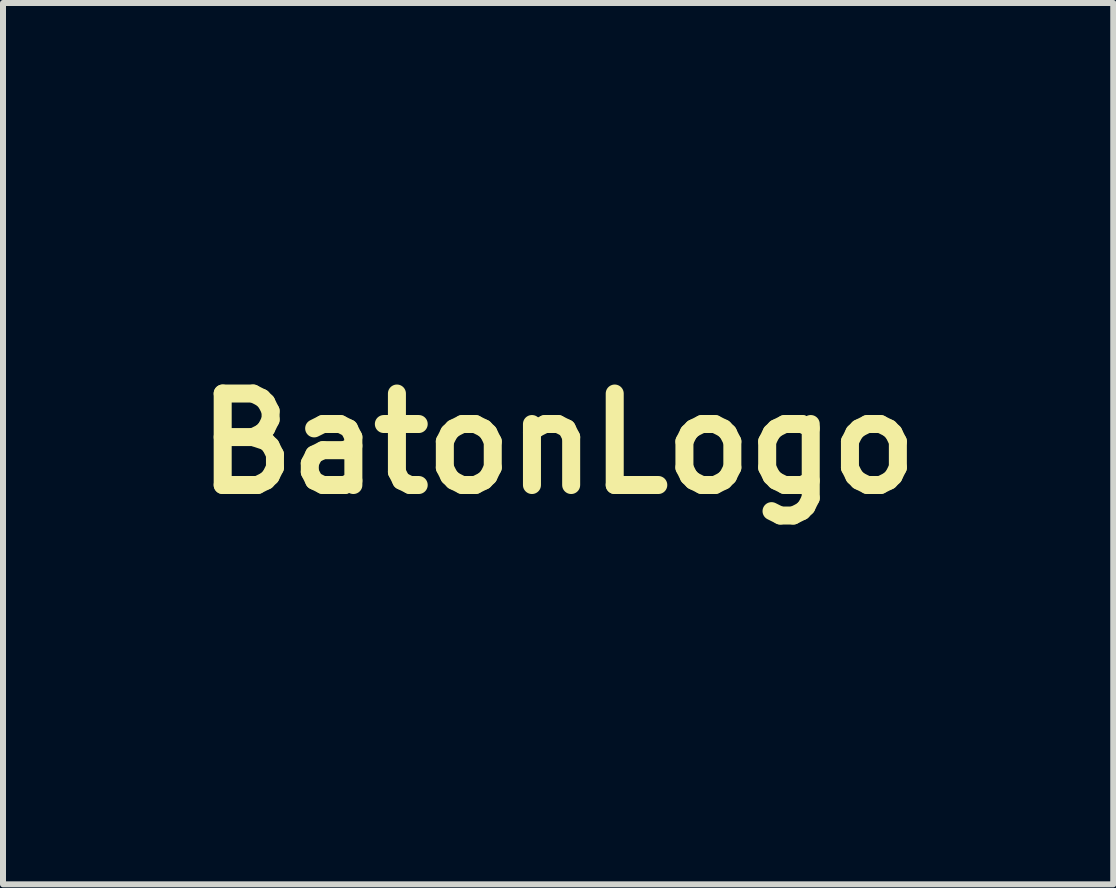
<source format=kicad_pcb>
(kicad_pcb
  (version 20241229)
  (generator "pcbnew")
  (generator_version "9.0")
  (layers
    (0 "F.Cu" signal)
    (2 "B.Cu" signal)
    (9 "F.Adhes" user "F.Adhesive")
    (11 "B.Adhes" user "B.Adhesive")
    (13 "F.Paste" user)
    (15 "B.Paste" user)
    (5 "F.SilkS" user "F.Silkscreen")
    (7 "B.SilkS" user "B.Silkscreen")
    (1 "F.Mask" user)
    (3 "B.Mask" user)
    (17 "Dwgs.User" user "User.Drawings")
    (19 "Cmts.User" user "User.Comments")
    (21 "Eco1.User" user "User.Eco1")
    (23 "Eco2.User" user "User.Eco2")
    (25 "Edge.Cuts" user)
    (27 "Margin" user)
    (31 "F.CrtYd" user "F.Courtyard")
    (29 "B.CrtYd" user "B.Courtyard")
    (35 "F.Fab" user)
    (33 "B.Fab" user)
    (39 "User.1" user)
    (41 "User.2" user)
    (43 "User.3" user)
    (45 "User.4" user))
  (footprint "BatonLogo"
    (layer "F.Cu")
    (at 6.248 4.341)
    (property "Reference" "BatonLogo" (at 0 0 0) (layer "F.SilkS") (effects (font (size 1.524 1.524) (thickness 0.3))))
    (attr through_hole)
    (fp_poly (pts (xy 2.448 0.351) (xy 2.443 0.356) (xy 2.439 0.351) (xy 2.443 0.347) (xy 2.448 0.351)) (stroke (width 0.01) (type solid)) (fill no) (layer "Eco2.User"))
    (fp_poly (pts (xy 1.132 1.279) (xy 1.226 1.28) (xy 1.31 1.282) (xy 1.388 1.285) (xy 1.462 1.289) (xy 1.538 1.295) (xy 1.617 1.302) (xy 1.685 1.309) (xy 1.757 1.316) (xy 1.821 1.324) (xy 1.879 1.331) (xy 1.933 1.339) (xy 1.986 1.347) (xy 2.039 1.357) (xy 2.094 1.369) (xy 2.154 1.383) (xy 2.22 1.399) (xy 2.295 1.418) (xy 2.38 1.441) (xy 2.479 1.468) (xy 2.566 1.492) (xy 2.599 1.501) (xy 2.628 1.509) (xy 2.647 1.514) (xy 2.649 1.514) (xy 2.669 1.522) (xy 2.681 1.535) (xy 2.681 1.548) (xy 2.679 1.551) (xy 2.666 1.555) (xy 2.637 1.559) (xy 2.59 1.562) (xy 2.527 1.565) (xy 2.448 1.568) (xy 2.351 1.571) (xy 2.239 1.573) (xy 2.11 1.575) (xy 1.965 1.576) (xy 1.803 1.577) (xy 1.625 1.578) (xy 1.432 1.579) (xy 1.393 1.579) (xy 1.251 1.579) (xy 1.124 1.579) (xy 1.011 1.58) (xy 0.91 1.58) (xy 0.821 1.581) (xy 0.741 1.582) (xy 0.67 1.583) (xy 0.606 1.584) (xy 0.546 1.586) (xy 0.491 1.588) (xy 0.438 1.59) (xy 0.386 1.593) (xy 0.334 1.597) (xy 0.28 1.601) (xy 0.222 1.606) (xy 0.159 1.612) (xy 0.091 1.618) (xy 0.042 1.622) (xy -0.15 1.641) (xy -0.338 1.662) (xy -0.525 1.686) (xy -0.714 1.712) (xy -0.905 1.742) (xy -1.103 1.776) (xy -1.309 1.813) (xy -1.525 1.856) (xy -1.756 1.903) (xy -1.774 1.907) (xy -1.902 1.934) (xy -2.015 1.958) (xy -2.112 1.979) (xy -2.196 1.997) (xy -2.267 2.013) (xy -2.325 2.026) (xy -2.373 2.038) (xy -2.411 2.047) (xy -2.44 2.055) (xy -2.46 2.062) (xy -2.471 2.067) (xy -2.501 2.079) (xy -2.521 2.083) (xy -2.536 2.078) (xy -2.544 2.07) (xy -2.557 2.051) (xy -2.557 2.031) (xy -2.544 2.009) (xy -2.518 1.985) (xy -2.476 1.957) (xy -2.42 1.926) (xy -2.376 1.905) (xy -2.231 1.84) (xy -2.07 1.776) (xy -1.895 1.715) (xy -1.706 1.656) (xy -1.504 1.6) (xy -1.29 1.547) (xy -1.066 1.497) (xy -0.831 1.451) (xy -0.606 1.411) (xy -0.368 1.374) (xy -0.139 1.344) (xy 0.085 1.32) (xy 0.309 1.301) (xy 0.536 1.289) (xy 0.772 1.281) (xy 1.019 1.279) (xy 1.025 1.279) (xy 1.132 1.279)) (stroke (width 0.01) (type solid)) (fill no) (layer "Eco2.User"))
    (fp_poly (pts (xy 2.67 0.174) (xy 2.715 0.194) (xy 2.754 0.229) (xy 2.761 0.239) (xy 2.779 0.267) (xy 2.792 0.298) (xy 2.802 0.338) (xy 2.807 0.366) (xy 2.812 0.397) (xy 2.884 0.354) (xy 2.928 0.33) (xy 2.976 0.308) (xy 3.024 0.288) (xy 3.068 0.273) (xy 3.105 0.264) (xy 3.121 0.263) (xy 3.144 0.266) (xy 3.173 0.276) (xy 3.185 0.282) (xy 3.209 0.297) (xy 3.228 0.316) (xy 3.245 0.346) (xy 3.248 0.351) (xy 3.26 0.375) (xy 3.267 0.395) (xy 3.271 0.417) (xy 3.273 0.446) (xy 3.273 0.486) (xy 3.273 0.491) (xy 3.271 0.54) (xy 3.267 0.587) (xy 3.258 0.639) (xy 3.246 0.694) (xy 3.228 0.776) (xy 3.214 0.853) (xy 3.203 0.923) (xy 3.197 0.983) (xy 3.195 1.03) (xy 3.196 1.051) (xy 3.204 1.098) (xy 3.218 1.142) (xy 3.236 1.181) (xy 3.255 1.207) (xy 3.257 1.209) (xy 3.288 1.225) (xy 3.31 1.228) (xy 3.342 1.223) (xy 3.386 1.209) (xy 3.439 1.186) (xy 3.499 1.156) (xy 3.564 1.12) (xy 3.578 1.111) (xy 3.68 1.051) (xy 3.625 1.102) (xy 3.554 1.163) (xy 3.484 1.211) (xy 3.416 1.245) (xy 3.353 1.265) (xy 3.304 1.27) (xy 3.272 1.269) (xy 3.248 1.262) (xy 3.224 1.248) (xy 3.22 1.245) (xy 3.195 1.221) (xy 3.171 1.187) (xy 3.155 1.157) (xy 3.14 1.126) (xy 3.13 1.096) (xy 3.124 1.065) (xy 3.123 1.03) (xy 3.125 0.99) (xy 3.132 0.941) (xy 3.144 0.883) (xy 3.16 0.812) (xy 3.173 0.76) (xy 3.189 0.695) (xy 3.201 0.643) (xy 3.21 0.602) (xy 3.215 0.569) (xy 3.219 0.54) (xy 3.221 0.513) (xy 3.221 0.485) (xy 3.221 0.481) (xy 3.22 0.44) (xy 3.218 0.409) (xy 3.212 0.386) (xy 3.203 0.363) (xy 3.201 0.359) (xy 3.179 0.324) (xy 3.154 0.305) (xy 3.122 0.299) (xy 3.087 0.304) (xy 3.048 0.315) (xy 3.006 0.332) (xy 2.961 0.353) (xy 2.917 0.377) (xy 2.876 0.401) (xy 2.842 0.425) (xy 2.818 0.446) (xy 2.805 0.463) (xy 2.803 0.468) (xy 2.8 0.496) (xy 2.791 0.533) (xy 2.777 0.577) (xy 2.761 0.621) (xy 2.743 0.661) (xy 2.737 0.673) (xy 2.712 0.717) (xy 2.68 0.765) (xy 2.643 0.815) (xy 2.603 0.865) (xy 2.563 0.912) (xy 2.524 0.954) (xy 2.49 0.987) (xy 2.462 1.009) (xy 2.454 1.013) (xy 2.426 1.023) (xy 2.406 1.018) (xy 2.394 1.001) (xy 2.391 0.973) (xy 2.395 0.941) (xy 2.422 0.941) (xy 2.424 0.963) (xy 2.431 0.972) (xy 2.446 0.97) (xy 2.469 0.955) (xy 2.485 0.943) (xy 2.524 0.909) (xy 2.565 0.861) (xy 2.607 0.805) (xy 2.647 0.744) (xy 2.679 0.687) (xy 2.705 0.635) (xy 2.726 0.587) (xy 2.741 0.547) (xy 2.75 0.517) (xy 2.751 0.499) (xy 2.751 0.499) (xy 2.744 0.5) (xy 2.726 0.51) (xy 2.701 0.528) (xy 2.676 0.549) (xy 2.61 0.609) (xy 2.551 0.673) (xy 2.502 0.738) (xy 2.464 0.802) (xy 2.437 0.863) (xy 2.424 0.919) (xy 2.422 0.941) (xy 2.395 0.941) (xy 2.395 0.935) (xy 2.409 0.888) (xy 2.43 0.834) (xy 2.44 0.812) (xy 2.502 0.703) (xy 2.577 0.603) (xy 2.664 0.514) (xy 2.693 0.489) (xy 2.721 0.465) (xy 2.745 0.446) (xy 2.76 0.432) (xy 2.764 0.428) (xy 2.768 0.413) (xy 2.767 0.386) (xy 2.763 0.353) (xy 2.756 0.32) (xy 2.747 0.29) (xy 2.743 0.281) (xy 2.717 0.244) (xy 2.681 0.221) (xy 2.638 0.212) (xy 2.587 0.217) (xy 2.549 0.228) (xy 2.514 0.245) (xy 2.479 0.267) (xy 2.448 0.293) (xy 2.426 0.317) (xy 2.42 0.327) (xy 2.41 0.343) (xy 2.401 0.346) (xy 2.398 0.335) (xy 2.399 0.327) (xy 2.401 0.313) (xy 2.395 0.312) (xy 2.383 0.319) (xy 2.364 0.335) (xy 2.353 0.349) (xy 2.344 0.36) (xy 2.335 0.357) (xy 2.334 0.345) (xy 2.348 0.325) (xy 2.374 0.299) (xy 2.412 0.266) (xy 2.441 0.244) (xy 2.504 0.204) (xy 2.563 0.179) (xy 2.619 0.169) (xy 2.67 0.174)) (stroke (width 0.01) (type solid)) (fill no) (layer "Eco2.User"))
    (fp_poly (pts (xy 0.973 -4.306) (xy 1.238 -4.237) (xy 1.498 -4.153) (xy 1.75 -4.053) (xy 1.995 -3.938) (xy 2.233 -3.809) (xy 2.462 -3.664) (xy 2.682 -3.506) (xy 2.893 -3.333) (xy 3.094 -3.147) (xy 3.115 -3.127) (xy 3.304 -2.926) (xy 3.479 -2.716) (xy 3.641 -2.497) (xy 3.787 -2.269) (xy 3.919 -2.034) (xy 4.037 -1.79) (xy 4.139 -1.539) (xy 4.226 -1.28) (xy 4.297 -1.016) (xy 4.311 -0.956) (xy 4.336 -0.841) (xy 4.336 0.84) (xy 4.306 0.973) (xy 4.237 1.239) (xy 4.153 1.498) (xy 4.053 1.75) (xy 3.938 1.996) (xy 3.808 2.233) (xy 3.664 2.462) (xy 3.505 2.682) (xy 3.332 2.894) (xy 3.145 3.096) (xy 3.127 3.114) (xy 2.927 3.303) (xy 2.718 3.478) (xy 2.499 3.639) (xy 2.272 3.786) (xy 2.036 3.918) (xy 1.792 4.035) (xy 1.541 4.138) (xy 1.283 4.225) (xy 1.018 4.296) (xy 0.956 4.311) (xy 0.841 4.336) (xy -0.005 4.336) (xy -0.851 4.335) (xy -0.987 4.303) (xy -1.257 4.231) (xy -1.518 4.145) (xy -1.772 4.044) (xy -2.017 3.928) (xy -2.253 3.797) (xy -2.481 3.652) (xy -2.7 3.492) (xy -2.91 3.318) (xy -3.112 3.13) (xy -3.114 3.127) (xy -3.303 2.927) (xy -3.478 2.718) (xy -3.639 2.499) (xy -3.786 2.272) (xy -3.918 2.036) (xy -4.035 1.792) (xy -4.138 1.541) (xy -4.225 1.283) (xy -4.296 1.018) (xy -4.311 0.956) (xy -4.336 0.841) (xy -4.336 -0.112) (xy -4.254 -0.112) (xy -4.252 0.155) (xy -4.235 0.422) (xy -4.201 0.688) (xy -4.18 0.806) (xy -4.123 1.062) (xy -4.05 1.314) (xy -3.961 1.56) (xy -3.857 1.801) (xy -3.738 2.034) (xy -3.605 2.261) (xy -3.458 2.479) (xy -3.298 2.688) (xy -3.124 2.888) (xy -2.938 3.078) (xy -2.74 3.257) (xy -2.604 3.367) (xy -2.55 3.408) (xy -2.484 3.455) (xy -2.411 3.505) (xy -2.335 3.557) (xy -2.258 3.607) (xy -2.184 3.653) (xy -2.118 3.693) (xy -2.09 3.709) (xy -1.905 3.807) (xy -1.709 3.898) (xy -1.507 3.981) (xy -1.302 4.053) (xy -1.099 4.113) (xy -0.963 4.147) (xy -0.733 4.193) (xy -0.506 4.226) (xy -0.281 4.247) (xy -0.052 4.255) (xy 0.183 4.251) (xy 0.33 4.242) (xy 0.59 4.215) (xy 0.846 4.172) (xy 1.099 4.113) (xy 1.347 4.039) (xy 1.589 3.949) (xy 1.826 3.845) (xy 2.056 3.726) (xy 2.279 3.594) (xy 2.493 3.448) (xy 2.699 3.289) (xy 2.895 3.118) (xy 3.081 2.934) (xy 3.257 2.739) (xy 3.42 2.532) (xy 3.567 2.321) (xy 3.706 2.093) (xy 3.829 1.858) (xy 3.937 1.617) (xy 4.03 1.371) (xy 4.107 1.119) (xy 4.168 0.863) (xy 4.213 0.604) (xy 4.242 0.342) (xy 4.255 0.078) (xy 4.252 -0.187) (xy 4.232 -0.453) (xy 4.195 -0.719) (xy 4.18 -0.806) (xy 4.123 -1.062) (xy 4.05 -1.313) (xy 3.963 -1.557) (xy 3.86 -1.795) (xy 3.744 -2.025) (xy 3.614 -2.247) (xy 3.471 -2.461) (xy 3.316 -2.666) (xy 3.149 -2.861) (xy 2.971 -3.046) (xy 2.781 -3.22) (xy 2.582 -3.382) (xy 2.372 -3.533) (xy 2.154 -3.671) (xy 1.927 -3.796) (xy 1.691 -3.907) (xy 1.448 -4.003) (xy 1.199 -4.085) (xy 1.165 -4.095) (xy 0.907 -4.159) (xy 0.646 -4.206) (xy 0.382 -4.238) (xy 0.116 -4.253) (xy -0.151 -4.252) (xy -0.418 -4.235) (xy -0.683 -4.201) (xy -0.806 -4.18) (xy -1.062 -4.123) (xy -1.312 -4.05) (xy -1.557 -3.963) (xy -1.794 -3.86) (xy -2.025 -3.744) (xy -2.247 -3.614) (xy -2.461 -3.471) (xy -2.666 -3.316) (xy -2.861 -3.149) (xy -3.046 -2.971) (xy -3.22 -2.781) (xy -3.382 -2.582) (xy -3.533 -2.373) (xy -3.671 -2.154) (xy -3.795 -1.927) (xy -3.906 -1.692) (xy -4.003 -1.449) (xy -4.085 -1.2) (xy -4.095 -1.165) (xy -4.159 -0.906) (xy -4.207 -0.644) (xy -4.238 -0.379) (xy -4.254 -0.112) (xy -4.336 -0.112) (xy -4.336 -0.84) (xy -4.306 -0.973) (xy -4.237 -1.238) (xy -4.153 -1.498) (xy -4.053 -1.75) (xy -3.938 -1.995) (xy -3.809 -2.233) (xy -3.664 -2.462) (xy -3.506 -2.682) (xy -3.333 -2.893) (xy -3.147 -3.094) (xy -3.127 -3.115) (xy -2.926 -3.304) (xy -2.716 -3.48) (xy -2.497 -3.641) (xy -2.269 -3.787) (xy -2.033 -3.92) (xy -1.789 -4.037) (xy -1.538 -4.139) (xy -1.279 -4.226) (xy -1.013 -4.297) (xy -0.97 -4.307) (xy -0.843 -4.336) (xy -0.001 -4.336) (xy 0.84 -4.336) (xy 0.973 -4.306)) (stroke (width 0.01) (type solid)) (fill no) (layer "Eco2.User"))
    (fp_poly (pts (xy -2.588 -2.425) (xy -2.519 -2.416) (xy -2.485 -2.407) (xy -2.405 -2.374) (xy -2.335 -2.327) (xy -2.273 -2.266) (xy -2.223 -2.195) (xy -2.184 -2.113) (xy -2.18 -2.1) (xy -2.169 -2.051) (xy -2.164 -1.992) (xy -2.165 -1.926) (xy -2.172 -1.859) (xy -2.185 -1.797) (xy -2.189 -1.783) (xy -2.215 -1.709) (xy -2.253 -1.623) (xy -2.302 -1.526) (xy -2.363 -1.418) (xy -2.435 -1.299) (xy -2.518 -1.17) (xy -2.581 -1.076) (xy -2.642 -0.987) (xy -2.696 -0.911) (xy -2.744 -0.846) (xy -2.788 -0.791) (xy -2.828 -0.744) (xy -2.867 -0.703) (xy -2.906 -0.666) (xy -2.946 -0.632) (xy -2.956 -0.624) (xy -2.99 -0.597) (xy -3.029 -0.565) (xy -3.065 -0.534) (xy -3.07 -0.529) (xy -3.1 -0.504) (xy -3.128 -0.481) (xy -3.149 -0.464) (xy -3.155 -0.46) (xy -3.164 -0.452) (xy -3.163 -0.45) (xy -3.151 -0.453) (xy -3.125 -0.462) (xy -3.103 -0.47) (xy -2.971 -0.516) (xy -2.836 -0.554) (xy -2.701 -0.585) (xy -2.568 -0.609) (xy -2.438 -0.625) (xy -2.314 -0.634) (xy -2.197 -0.634) (xy -2.089 -0.626) (xy -1.992 -0.61) (xy -1.93 -0.592) (xy -1.878 -0.572) (xy -1.825 -0.547) (xy -1.776 -0.519) (xy -1.735 -0.491) (xy -1.712 -0.471) (xy -1.66 -0.406) (xy -1.622 -0.332) (xy -1.6 -0.251) (xy -1.592 -0.162) (xy -1.599 -0.065) (xy -1.621 0.04) (xy -1.64 0.102) (xy -1.677 0.197) (xy -1.726 0.295) (xy -1.783 0.388) (xy -1.814 0.432) (xy -1.872 0.504) (xy -1.944 0.58) (xy -2.027 0.66) (xy -2.118 0.741) (xy -2.217 0.82) (xy -2.304 0.885) (xy -2.348 0.917) (xy -2.403 0.954) (xy -2.465 0.996) (xy -2.531 1.04) (xy -2.598 1.084) (xy -2.664 1.127) (xy -2.726 1.166) (xy -2.781 1.201) (xy -2.826 1.228) (xy -2.842 1.237) (xy -2.932 1.287) (xy -3.024 1.334) (xy -3.115 1.377) (xy -3.203 1.415) (xy -3.283 1.446) (xy -3.354 1.469) (xy -3.37 1.474) (xy -3.41 1.482) (xy -3.453 1.488) (xy -3.496 1.491) (xy -3.533 1.49) (xy -3.559 1.486) (xy -3.561 1.485) (xy -3.565 1.481) (xy -3.56 1.475) (xy -3.546 1.465) (xy -3.522 1.451) (xy -3.485 1.432) (xy -3.436 1.408) (xy -3.373 1.378) (xy -3.35 1.367) (xy -3.232 1.311) (xy -3.119 1.252) (xy -3.005 1.191) (xy -2.89 1.124) (xy -2.769 1.05) (xy -2.641 0.969) (xy -2.544 0.905) (xy -2.416 0.818) (xy -2.301 0.737) (xy -2.201 0.661) (xy -2.112 0.588) (xy -2.034 0.517) (xy -1.965 0.448) (xy -1.906 0.379) (xy -1.853 0.309) (xy -1.807 0.237) (xy -1.767 0.162) (xy -1.764 0.157) (xy -1.726 0.072) (xy -1.699 -0.006) (xy -1.684 -0.081) (xy -1.678 -0.157) (xy -1.678 -0.201) (xy -1.685 -0.268) (xy -1.701 -0.324) (xy -1.726 -0.372) (xy -1.763 -0.418) (xy -1.768 -0.422) (xy -1.815 -0.46) (xy -1.875 -0.494) (xy -1.944 -0.524) (xy -2.02 -0.547) (xy -2.097 -0.563) (xy -2.172 -0.57) (xy -2.177 -0.57) (xy -2.214 -0.569) (xy -2.267 -0.564) (xy -2.333 -0.555) (xy -2.413 -0.542) (xy -2.504 -0.527) (xy -2.606 -0.508) (xy -2.717 -0.487) (xy -2.836 -0.463) (xy -2.849 -0.46) (xy -2.901 -0.45) (xy -2.944 -0.44) (xy -2.98 -0.432) (xy -3.012 -0.423) (xy -3.042 -0.413) (xy -3.073 -0.4) (xy -3.108 -0.385) (xy -3.149 -0.365) (xy -3.199 -0.339) (xy -3.261 -0.307) (xy -3.286 -0.294) (xy -3.319 -0.278) (xy -3.346 -0.264) (xy -3.365 -0.255) (xy -3.369 -0.253) (xy -3.375 -0.243) (xy -3.382 -0.218) (xy -3.391 -0.179) (xy -3.401 -0.127) (xy -3.405 -0.106) (xy -3.425 0.003) (xy -3.451 0.122) (xy -3.481 0.251) (xy -3.517 0.393) (xy -3.559 0.547) (xy -3.607 0.714) (xy -3.661 0.897) (xy -3.668 0.919) (xy -3.687 0.983) (xy -3.707 1.046) (xy -3.725 1.105) (xy -3.742 1.158) (xy -3.756 1.2) (xy -3.765 1.224) (xy -3.781 1.267) (xy -3.802 1.316) (xy -3.824 1.366) (xy -3.847 1.414) (xy -3.869 1.457) (xy -3.888 1.492) (xy -3.903 1.514) (xy -3.904 1.516) (xy -3.922 1.537) (xy -3.918 1.516) (xy -3.91 1.48) (xy -3.899 1.432) (xy -3.885 1.377) (xy -3.87 1.322) (xy -3.856 1.269) (xy -3.843 1.225) (xy -3.837 1.206) (xy -3.822 1.158) (xy -3.803 1.095) (xy -3.782 1.021) (xy -3.758 0.938) (xy -3.733 0.846) (xy -3.706 0.749) (xy -3.679 0.649) (xy -3.652 0.548) (xy -3.625 0.448) (xy -3.6 0.35) (xy -3.576 0.258) (xy -3.554 0.173) (xy -3.536 0.098) (xy -3.52 0.034) (xy -3.509 -0.016) (xy -3.507 -0.025) (xy -3.492 -0.102) (xy -3.48 -0.169) (xy -3.47 -0.23) (xy -3.463 -0.29) (xy -3.458 -0.35) (xy -3.455 -0.415) (xy -3.453 -0.487) (xy -3.452 -0.571) (xy -3.452 -0.639) (xy -3.452 -0.714) (xy -3.452 -0.778) (xy -3.454 -0.836) (xy -3.456 -0.89) (xy -3.459 -0.941) (xy -3.463 -0.993) (xy -3.469 -1.049) (xy -3.477 -1.109) (xy -3.486 -1.178) (xy -3.498 -1.258) (xy -3.512 -1.35) (xy -3.519 -1.397) (xy -3.529 -1.458) (xy -3.54 -1.522) (xy -3.552 -1.588) (xy -3.564 -1.653) (xy -3.576 -1.716) (xy -3.588 -1.774) (xy -3.599 -1.826) (xy -3.609 -1.868) (xy -3.617 -1.9) (xy -3.623 -1.919) (xy -3.625 -1.923) (xy -3.634 -1.917) (xy -3.651 -1.901) (xy -3.674 -1.878) (xy -3.699 -1.851) (xy -3.724 -1.823) (xy -3.746 -1.798) (xy -3.763 -1.777) (xy -3.769 -1.768) (xy -3.781 -1.741) (xy -3.786 -1.714) (xy -3.786 -1.713) (xy -3.788 -1.693) (xy -3.797 -1.686) (xy -3.803 -1.685) (xy -3.818 -1.692) (xy -3.825 -1.711) (xy -3.822 -1.739) (xy -3.812 -1.766) (xy -3.784 -1.818) (xy -3.743 -1.876) (xy -3.691 -1.936) (xy -3.686 -1.941) (xy -3.655 -1.974) (xy -3.569 -1.974) (xy -3.569 -1.963) (xy -3.564 -1.941) (xy -3.555 -1.911) (xy -3.553 -1.905) (xy -3.523 -1.81) (xy -3.495 -1.701) (xy -3.469 -1.582) (xy -3.444 -1.454) (xy -3.421 -1.32) (xy -3.401 -1.185) (xy -3.385 -1.049) (xy -3.371 -0.917) (xy -3.362 -0.791) (xy -3.357 -0.674) (xy -3.356 -0.57) (xy -3.357 -0.536) (xy -3.363 -0.407) (xy -3.321 -0.431) (xy -3.299 -0.446) (xy -3.268 -0.468) (xy -3.231 -0.495) (xy -3.192 -0.524) (xy -3.187 -0.529) (xy -3.137 -0.569) (xy -3.088 -0.611) (xy -3.04 -0.657) (xy -2.992 -0.707) (xy -2.943 -0.762) (xy -2.891 -0.824) (xy -2.837 -0.894) (xy -2.778 -0.972) (xy -2.714 -1.061) (xy -2.644 -1.161) (xy -2.567 -1.274) (xy -2.503 -1.368) (xy -2.44 -1.465) (xy -2.387 -1.55) (xy -2.344 -1.627) (xy -2.31 -1.696) (xy -2.284 -1.76) (xy -2.266 -1.82) (xy -2.253 -1.879) (xy -2.247 -1.938) (xy -2.246 -1.953) (xy -2.245 -1.998) (xy -2.246 -2.032) (xy -2.249 -2.059) (xy -2.255 -2.085) (xy -2.261 -2.102) (xy -2.293 -2.177) (xy -2.338 -2.239) (xy -2.393 -2.289) (xy -2.459 -2.326) (xy -2.534 -2.35) (xy -2.619 -2.36) (xy -2.685 -2.359) (xy -2.821 -2.342) (xy -2.958 -2.311) (xy -3.018 -2.292) (xy -3.074 -2.271) (xy -3.139 -2.244) (xy -3.207 -2.212) (xy -3.272 -2.179) (xy -3.331 -2.147) (xy -3.361 -2.129) (xy -3.386 -2.112) (xy -3.417 -2.09) (xy -3.452 -2.065) (xy -3.487 -2.04) (xy -3.519 -2.016) (xy -3.545 -1.995) (xy -3.563 -1.98) (xy -3.569 -1.974) (xy -3.655 -1.974) (xy -3.64 -1.99) (xy -3.646 -2.049) (xy -3.649 -2.096) (xy -3.646 -2.131) (xy -3.639 -2.153) (xy -3.628 -2.16) (xy -3.62 -2.156) (xy -3.619 -2.141) (xy -3.621 -2.134) (xy -3.621 -2.11) (xy -3.617 -2.08) (xy -3.608 -2.053) (xy -3.599 -2.038) (xy -3.59 -2.04) (xy -3.572 -2.051) (xy -3.548 -2.069) (xy -3.535 -2.08) (xy -3.464 -2.135) (xy -3.38 -2.19) (xy -3.289 -2.243) (xy -3.195 -2.292) (xy -3.103 -2.333) (xy -3.026 -2.362) (xy -2.937 -2.388) (xy -2.845 -2.407) (xy -2.754 -2.42) (xy -2.668 -2.426) (xy -2.588 -2.425)) (stroke (width 0.01) (type solid)) (fill no) (layer "Eco2.User"))
    (fp_poly (pts (xy 0.97 -2.155) (xy 0.984 -2.139) (xy 0.999 -2.111) (xy 1.014 -2.072) (xy 1.027 -2.025) (xy 1.039 -1.971) (xy 1.047 -1.922) (xy 1.053 -1.882) (xy 1.058 -1.848) (xy 1.061 -1.825) (xy 1.063 -1.814) (xy 1.063 -1.814) (xy 1.072 -1.815) (xy 1.093 -1.821) (xy 1.125 -1.829) (xy 1.163 -1.839) (xy 1.17 -1.841) (xy 1.272 -1.868) (xy 1.364 -1.888) (xy 1.448 -1.901) (xy 1.528 -1.908) (xy 1.58 -1.909) (xy 1.631 -1.908) (xy 1.668 -1.907) (xy 1.696 -1.903) (xy 1.717 -1.897) (xy 1.724 -1.895) (xy 1.757 -1.88) (xy 1.713 -1.885) (xy 1.673 -1.887) (xy 1.619 -1.884) (xy 1.555 -1.878) (xy 1.484 -1.868) (xy 1.409 -1.856) (xy 1.334 -1.842) (xy 1.261 -1.826) (xy 1.193 -1.808) (xy 1.156 -1.797) (xy 1.08 -1.774) (xy 1.079 -1.609) (xy 1.078 -1.536) (xy 1.076 -1.452) (xy 1.073 -1.361) (xy 1.07 -1.267) (xy 1.065 -1.174) (xy 1.06 -1.086) (xy 1.055 -1.007) (xy 1.05 -0.944) (xy 1.042 -0.884) (xy 1.031 -0.81) (xy 1.016 -0.726) (xy 0.998 -0.635) (xy 0.977 -0.539) (xy 0.955 -0.442) (xy 0.932 -0.347) (xy 0.908 -0.257) (xy 0.885 -0.174) (xy 0.863 -0.102) (xy 0.857 -0.085) (xy 0.844 -0.044) (xy 0.834 -0.01) (xy 0.826 0.021) (xy 0.822 0.053) (xy 0.82 0.087) (xy 0.82 0.127) (xy 0.822 0.176) (xy 0.826 0.236) (xy 0.83 0.288) (xy 0.835 0.339) (xy 0.843 0.396) (xy 0.852 0.457) (xy 0.862 0.517) (xy 0.873 0.574) (xy 0.883 0.622) (xy 0.893 0.66) (xy 0.898 0.674) (xy 0.925 0.725) (xy 0.962 0.763) (xy 1.007 0.788) (xy 1.059 0.798) (xy 1.117 0.793) (xy 1.16 0.78) (xy 1.188 0.769) (xy 1.208 0.76) (xy 1.21 0.758) (xy 1.272 0.758) (xy 1.274 0.766) (xy 1.28 0.786) (xy 1.287 0.807) (xy 1.314 0.856) (xy 1.352 0.894) (xy 1.399 0.922) (xy 1.452 0.936) (xy 1.507 0.937) (xy 1.551 0.927) (xy 1.583 0.912) (xy 1.625 0.888) (xy 1.671 0.858) (xy 1.72 0.824) (xy 1.766 0.788) (xy 1.807 0.753) (xy 1.836 0.725) (xy 1.865 0.693) (xy 1.888 0.663) (xy 1.91 0.628) (xy 1.933 0.585) (xy 1.946 0.558) (xy 1.967 0.514) (xy 1.986 0.471) (xy 2.001 0.432) (xy 2.01 0.403) (xy 2.011 0.401) (xy 2.02 0.347) (xy 2.023 0.285) (xy 2.021 0.22) (xy 2.013 0.157) (xy 2.001 0.1) (xy 1.984 0.055) (xy 1.983 0.054) (xy 1.966 0.028) (xy 1.944 0.001) (xy 1.934 -0.009) (xy 1.895 -0.043) (xy 1.858 -0.065) (xy 1.822 -0.076) (xy 1.781 -0.077) (xy 1.734 -0.067) (xy 1.677 -0.048) (xy 1.665 -0.043) (xy 1.64 -0.033) (xy 1.662 -0.01) (xy 1.679 0.01) (xy 1.691 0.031) (xy 1.699 0.054) (xy 1.702 0.084) (xy 1.701 0.122) (xy 1.697 0.171) (xy 1.69 0.229) (xy 1.682 0.279) (xy 1.674 0.318) (xy 1.663 0.351) (xy 1.648 0.385) (xy 1.647 0.387) (xy 1.601 0.464) (xy 1.54 0.541) (xy 1.467 0.615) (xy 1.383 0.684) (xy 1.334 0.718) (xy 1.307 0.736) (xy 1.285 0.75) (xy 1.273 0.758) (xy 1.272 0.758) (xy 1.21 0.758) (xy 1.22 0.75) (xy 1.228 0.735) (xy 1.232 0.712) (xy 1.233 0.679) (xy 1.233 0.632) (xy 1.233 0.629) (xy 1.233 0.616) (xy 1.254 0.616) (xy 1.255 0.657) (xy 1.257 0.681) (xy 1.26 0.703) (xy 1.264 0.716) (xy 1.27 0.721) (xy 1.283 0.717) (xy 1.304 0.704) (xy 1.337 0.681) (xy 1.344 0.676) (xy 1.408 0.627) (xy 1.468 0.574) (xy 1.522 0.517) (xy 1.569 0.46) (xy 1.607 0.404) (xy 1.633 0.354) (xy 1.642 0.326) (xy 1.65 0.293) (xy 1.659 0.26) (xy 1.661 0.25) (xy 1.666 0.226) (xy 1.67 0.192) (xy 1.674 0.152) (xy 1.675 0.135) (xy 1.679 0.054) (xy 1.652 0.023) (xy 1.632 0.003) (xy 1.613 -0.006) (xy 1.591 -0.008) (xy 1.561 -0.005) (xy 1.532 0.002) (xy 1.53 0.003) (xy 1.502 0.021) (xy 1.469 0.052) (xy 1.434 0.093) (xy 1.4 0.141) (xy 1.368 0.192) (xy 1.341 0.244) (xy 1.33 0.27) (xy 1.317 0.307) (xy 1.303 0.355) (xy 1.289 0.409) (xy 1.276 0.464) (xy 1.265 0.516) (xy 1.258 0.559) (xy 1.256 0.577) (xy 1.254 0.616) (xy 1.233 0.616) (xy 1.234 0.579) (xy 1.236 0.539) (xy 1.24 0.505) (xy 1.247 0.469) (xy 1.258 0.426) (xy 1.265 0.4) (xy 1.293 0.31) (xy 1.326 0.228) (xy 1.363 0.155) (xy 1.404 0.092) (xy 1.447 0.04) (xy 1.491 0.001) (xy 1.535 -0.024) (xy 1.579 -0.034) (xy 1.583 -0.034) (xy 1.602 -0.037) (xy 1.63 -0.047) (xy 1.664 -0.061) (xy 1.673 -0.065) (xy 1.737 -0.09) (xy 1.793 -0.1) (xy 1.844 -0.096) (xy 1.893 -0.077) (xy 1.942 -0.042) (xy 1.955 -0.03) (xy 1.986 0.004) (xy 2.01 0.042) (xy 2.028 0.089) (xy 2.044 0.149) (xy 2.045 0.154) (xy 2.057 0.245) (xy 2.055 0.332) (xy 2.038 0.419) (xy 2.007 0.508) (xy 1.969 0.59) (xy 1.93 0.659) (xy 1.886 0.718) (xy 1.835 0.771) (xy 1.775 0.821) (xy 1.706 0.869) (xy 1.643 0.909) (xy 1.59 0.937) (xy 1.545 0.956) (xy 1.503 0.965) (xy 1.464 0.964) (xy 1.425 0.956) (xy 1.394 0.945) (xy 1.361 0.928) (xy 1.329 0.907) (xy 1.312 0.893) (xy 1.293 0.873) (xy 1.28 0.855) (xy 1.268 0.831) (xy 1.255 0.798) (xy 1.254 0.794) (xy 1.246 0.771) (xy 1.2 0.792) (xy 1.133 0.816) (xy 1.071 0.825) (xy 1.015 0.818) (xy 0.967 0.796) (xy 0.926 0.76) (xy 0.893 0.709) (xy 0.872 0.652) (xy 0.864 0.627) (xy 0.856 0.608) (xy 0.853 0.604) (xy 0.848 0.59) (xy 0.842 0.562) (xy 0.835 0.523) (xy 0.828 0.475) (xy 0.82 0.421) (xy 0.813 0.364) (xy 0.807 0.306) (xy 0.805 0.279) (xy 0.8 0.235) (xy 0.796 0.196) (xy 0.791 0.165) (xy 0.787 0.146) (xy 0.787 0.145) (xy 0.782 0.137) (xy 0.777 0.136) (xy 0.77 0.144) (xy 0.759 0.163) (xy 0.742 0.195) (xy 0.738 0.204) (xy 0.717 0.243) (xy 0.696 0.283) (xy 0.678 0.316) (xy 0.67 0.329) (xy 0.657 0.354) (xy 0.649 0.373) (xy 0.648 0.382) (xy 0.647 0.394) (xy 0.638 0.416) (xy 0.622 0.444) (xy 0.601 0.475) (xy 0.579 0.505) (xy 0.563 0.527) (xy 0.552 0.544) (xy 0.551 0.551) (xy 0.548 0.558) (xy 0.545 0.556) (xy 0.537 0.559) (xy 0.519 0.571) (xy 0.495 0.59) (xy 0.481 0.602) (xy 0.396 0.67) (xy 0.318 0.722) (xy 0.246 0.759) (xy 0.18 0.78) (xy 0.143 0.786) (xy 0.086 0.784) (xy 0.036 0.77) (xy -0.009 0.742) (xy -0.051 0.7) (xy -0.091 0.642) (xy -0.097 0.632) (xy -0.113 0.605) (xy -0.127 0.583) (xy -0.135 0.572) (xy -0.136 0.571) (xy -0.144 0.576) (xy -0.158 0.591) (xy -0.176 0.613) (xy -0.179 0.616) (xy -0.215 0.662) (xy -0.254 0.706) (xy -0.294 0.746) (xy -0.329 0.777) (xy -0.344 0.788) (xy -0.388 0.816) (xy -0.442 0.845) (xy -0.5 0.874) (xy -0.555 0.897) (xy -0.568 0.902) (xy -0.634 0.92) (xy -0.707 0.927) (xy -0.782 0.925) (xy -0.852 0.913) (xy -0.868 0.908) (xy -0.954 0.873) (xy -1.034 0.822) (xy -1.108 0.758) (xy -1.173 0.681) (xy -1.23 0.593) (xy -1.276 0.494) (xy -1.292 0.449) (xy -1.301 0.423) (xy -1.307 0.4) (xy -1.311 0.378) (xy -1.314 0.352) (xy -1.316 0.32) (xy -1.316 0.279) (xy -1.316 0.223) (xy -1.316 0.22) (xy -1.316 0.163) (xy -1.315 0.118) (xy -1.313 0.083) (xy -1.31 0.054) (xy -1.305 0.027) (xy -1.298 -0.003) (xy -1.293 -0.021) (xy -1.268 -0.099) (xy -1.235 -0.177) (xy -1.196 -0.249) (xy -1.155 -0.311) (xy -1.154 -0.312) (xy -1.099 -0.372) (xy -1.03 -0.429) (xy -0.95 -0.481) (xy -0.861 -0.526) (xy -0.775 -0.56) (xy -0.742 -0.57) (xy -0.711 -0.576) (xy -0.675 -0.579) (xy -0.629 -0.58) (xy -0.623 -0.58) (xy -0.56 -0.578) (xy -0.509 -0.571) (xy -0.464 -0.558) (xy -0.42 -0.537) (xy -0.399 -0.526) (xy -0.376 -0.513) (xy -0.359 -0.505) (xy -0.354 -0.505) (xy -0.347 -0.502) (xy -0.34 -0.49) (xy -0.334 -0.473) (xy -0.332 -0.457) (xy -0.333 -0.454) (xy -0.341 -0.444) (xy -0.356 -0.442) (xy -0.38 -0.448) (xy -0.415 -0.464) (xy -0.428 -0.47) (xy -0.496 -0.497) (xy -0.566 -0.511) (xy -0.64 -0.51) (xy -0.719 -0.496) (xy -0.791 -0.474) (xy -0.861 -0.443) (xy -0.931 -0.404) (xy -0.997 -0.36) (xy -1.054 -0.311) (xy -1.099 -0.263) (xy -1.104 -0.255) (xy -1.133 -0.211) (xy -1.162 -0.156) (xy -1.189 -0.095) (xy -1.211 -0.036) (xy -1.221 -0.002) (xy -1.23 0.042) (xy -1.237 0.097) (xy -1.242 0.158) (xy -1.244 0.222) (xy -1.244 0.282) (xy -1.241 0.334) (xy -1.237 0.367) (xy -1.211 0.46) (xy -1.17 0.552) (xy -1.115 0.641) (xy -1.05 0.723) (xy -1.048 0.725) (xy -0.98 0.788) (xy -0.907 0.836) (xy -0.829 0.868) (xy -0.744 0.885) (xy -0.73 0.886) (xy -0.647 0.887) (xy -0.57 0.874) (xy -0.499 0.847) (xy -0.43 0.805) (xy -0.363 0.748) (xy -0.342 0.727) (xy -0.313 0.695) (xy -0.281 0.658) (xy -0.25 0.619) (xy -0.221 0.582) (xy -0.197 0.548) (xy -0.18 0.522) (xy -0.174 0.509) (xy -0.175 0.491) (xy -0.183 0.464) (xy -0.189 0.451) (xy -0.209 0.407) (xy -0.231 0.349) (xy -0.254 0.282) (xy -0.276 0.207) (xy -0.297 0.13) (xy -0.3 0.119) (xy -0.319 0.035) (xy -0.329 -0.038) (xy -0.33 -0.084) (xy -0.276 -0.084) (xy -0.273 -0.032) (xy -0.263 0.027) (xy -0.248 0.095) (xy -0.232 0.152) (xy -0.218 0.2) (xy -0.202 0.249) (xy -0.186 0.296) (xy -0.169 0.34) (xy -0.154 0.378) (xy -0.141 0.406) (xy -0.132 0.424) (xy -0.127 0.428) (xy -0.121 0.419) (xy -0.11 0.398) (xy -0.096 0.368) (xy -0.085 0.343) (xy -0.053 0.26) (xy -0.028 0.172) (xy -0.007 0.073) (xy 0.004 -0.004) (xy 0.014 -0.097) (xy 0.019 -0.176) (xy 0.017 -0.242) (xy 0.008 -0.296) (xy -0.007 -0.341) (xy -0.028 -0.377) (xy -0.035 -0.385) (xy -0.064 -0.409) (xy -0.096 -0.416) (xy -0.128 -0.409) (xy -0.161 -0.388) (xy -0.192 -0.355) (xy -0.22 -0.309) (xy -0.244 -0.253) (xy -0.249 -0.238) (xy -0.264 -0.183) (xy -0.273 -0.133) (xy -0.276 -0.084) (xy -0.33 -0.084) (xy -0.33 -0.105) (xy -0.324 -0.168) (xy -0.313 -0.222) (xy -0.289 -0.297) (xy -0.259 -0.36) (xy -0.223 -0.41) (xy -0.183 -0.447) (xy -0.139 -0.468) (xy -0.1 -0.474) (xy -0.072 -0.472) (xy -0.051 -0.464) (xy -0.028 -0.446) (xy -0.027 -0.445) (xy 0.004 -0.411) (xy 0.028 -0.371) (xy 0.045 -0.322) (xy 0.056 -0.263) (xy 0.062 -0.192) (xy 0.062 -0.108) (xy 0.059 -0.045) (xy 0.052 0.044) (xy 0.043 0.121) (xy 0.031 0.19) (xy 0.013 0.254) (xy -0.01 0.318) (xy -0.04 0.386) (xy -0.053 0.414) (xy -0.096 0.503) (xy -0.063 0.567) (xy -0.035 0.615) (xy -0.002 0.658) (xy 0.032 0.692) (xy 0.065 0.716) (xy 0.088 0.725) (xy 0.122 0.728) (xy 0.158 0.724) (xy 0.197 0.712) (xy 0.24 0.692) (xy 0.289 0.663) (xy 0.346 0.625) (xy 0.411 0.575) (xy 0.485 0.514) (xy 0.505 0.498) (xy 0.533 0.475) (xy 0.555 0.456) (xy 0.574 0.44) (xy 0.589 0.425) (xy 0.602 0.408) (xy 0.614 0.388) (xy 0.626 0.363) (xy 0.64 0.331) (xy 0.656 0.289) (xy 0.676 0.237) (xy 0.701 0.172) (xy 0.713 0.14) (xy 0.774 -0.021) (xy 0.779 -0.339) (xy 0.811 -0.339) (xy 0.811 -0.287) (xy 0.812 -0.245) (xy 0.813 -0.215) (xy 0.815 -0.198) (xy 0.817 -0.196) (xy 0.82 -0.205) (xy 0.826 -0.228) (xy 0.835 -0.264) (xy 0.847 -0.31) (xy 0.861 -0.365) (xy 0.876 -0.426) (xy 0.884 -0.462) (xy 0.908 -0.559) (xy 0.927 -0.642) (xy 0.943 -0.714) (xy 0.956 -0.776) (xy 0.966 -0.832) (xy 0.974 -0.883) (xy 0.98 -0.933) (xy 0.985 -0.983) (xy 0.989 -1.037) (xy 0.991 -1.065) (xy 0.995 -1.126) (xy 1 -1.198) (xy 1.005 -1.272) (xy 1.01 -1.343) (xy 1.013 -1.381) (xy 1.017 -1.446) (xy 1.02 -1.51) (xy 1.021 -1.572) (xy 1.02 -1.627) (xy 1.017 -1.675) (xy 1.014 -1.712) (xy 1.008 -1.736) (xy 1.004 -1.743) (xy 0.995 -1.742) (xy 0.974 -1.736) (xy 0.945 -1.727) (xy 0.937 -1.724) (xy 0.874 -1.701) (xy 0.869 -1.623) (xy 0.867 -1.594) (xy 0.864 -1.552) (xy 0.861 -1.498) (xy 0.858 -1.436) (xy 0.855 -1.37) (xy 0.851 -1.302) (xy 0.851 -1.296) (xy 0.847 -1.217) (xy 0.842 -1.131) (xy 0.838 -1.041) (xy 0.833 -0.955) (xy 0.829 -0.876) (xy 0.826 -0.83) (xy 0.822 -0.759) (xy 0.819 -0.686) (xy 0.817 -0.611) (xy 0.814 -0.538) (xy 0.813 -0.466) (xy 0.812 -0.4) (xy 0.811 -0.339) (xy 0.779 -0.339) (xy 0.78 -0.368) (xy 0.782 -0.47) (xy 0.785 -0.577) (xy 0.789 -0.691) (xy 0.794 -0.814) (xy 0.8 -0.947) (xy 0.808 -1.091) (xy 0.816 -1.248) (xy 0.826 -1.42) (xy 0.836 -1.582) (xy 0.839 -1.621) (xy 0.841 -1.654) (xy 0.842 -1.676) (xy 0.842 -1.685) (xy 0.842 -1.685) (xy 0.832 -1.682) (xy 0.808 -1.672) (xy 0.773 -1.656) (xy 0.727 -1.635) (xy 0.673 -1.61) (xy 0.641 -1.595) (xy 0.597 -1.575) (xy 0.559 -1.558) (xy 0.528 -1.545) (xy 0.508 -1.538) (xy 0.502 -1.537) (xy 0.5 -1.544) (xy 0.5 -1.545) (xy 0.511 -1.551) (xy 0.533 -1.564) (xy 0.565 -1.582) (xy 0.603 -1.602) (xy 0.645 -1.625) (xy 0.687 -1.647) (xy 0.727 -1.668) (xy 0.752 -1.68) (xy 0.788 -1.698) (xy 0.814 -1.712) (xy 0.832 -1.724) (xy 0.843 -1.739) (xy 0.85 -1.758) (xy 0.881 -1.758) (xy 0.882 -1.746) (xy 0.884 -1.745) (xy 0.893 -1.747) (xy 0.914 -1.755) (xy 0.937 -1.763) (xy 0.965 -1.774) (xy 0.986 -1.783) (xy 0.996 -1.788) (xy 0.999 -1.799) (xy 1 -1.823) (xy 0.998 -1.862) (xy 0.992 -1.917) (xy 0.983 -1.986) (xy 0.977 -2.031) (xy 0.964 -2.126) (xy 0.948 -2.097) (xy 0.931 -2.057) (xy 0.916 -2) (xy 0.902 -1.93) (xy 0.893 -1.872) (xy 0.886 -1.819) (xy 0.882 -1.782) (xy 0.881 -1.758) (xy 0.85 -1.758) (xy 0.85 -1.759) (xy 0.855 -1.787) (xy 0.86 -1.827) (xy 0.864 -1.859) (xy 0.873 -1.918) (xy 0.885 -1.976) (xy 0.899 -2.031) (xy 0.914 -2.079) (xy 0.931 -2.118) (xy 0.946 -2.145) (xy 0.957 -2.155) (xy 0.97 -2.155)) (stroke (width 0.01) (type solid)) (fill no) (layer "Eco2.User")))
  (gr_rect
    (start -3 -3)
    (end 15.497 11.683)
    (stroke (width 0.1) (type default))
    (fill no)
    (layer "Edge.Cuts")))
</source>
